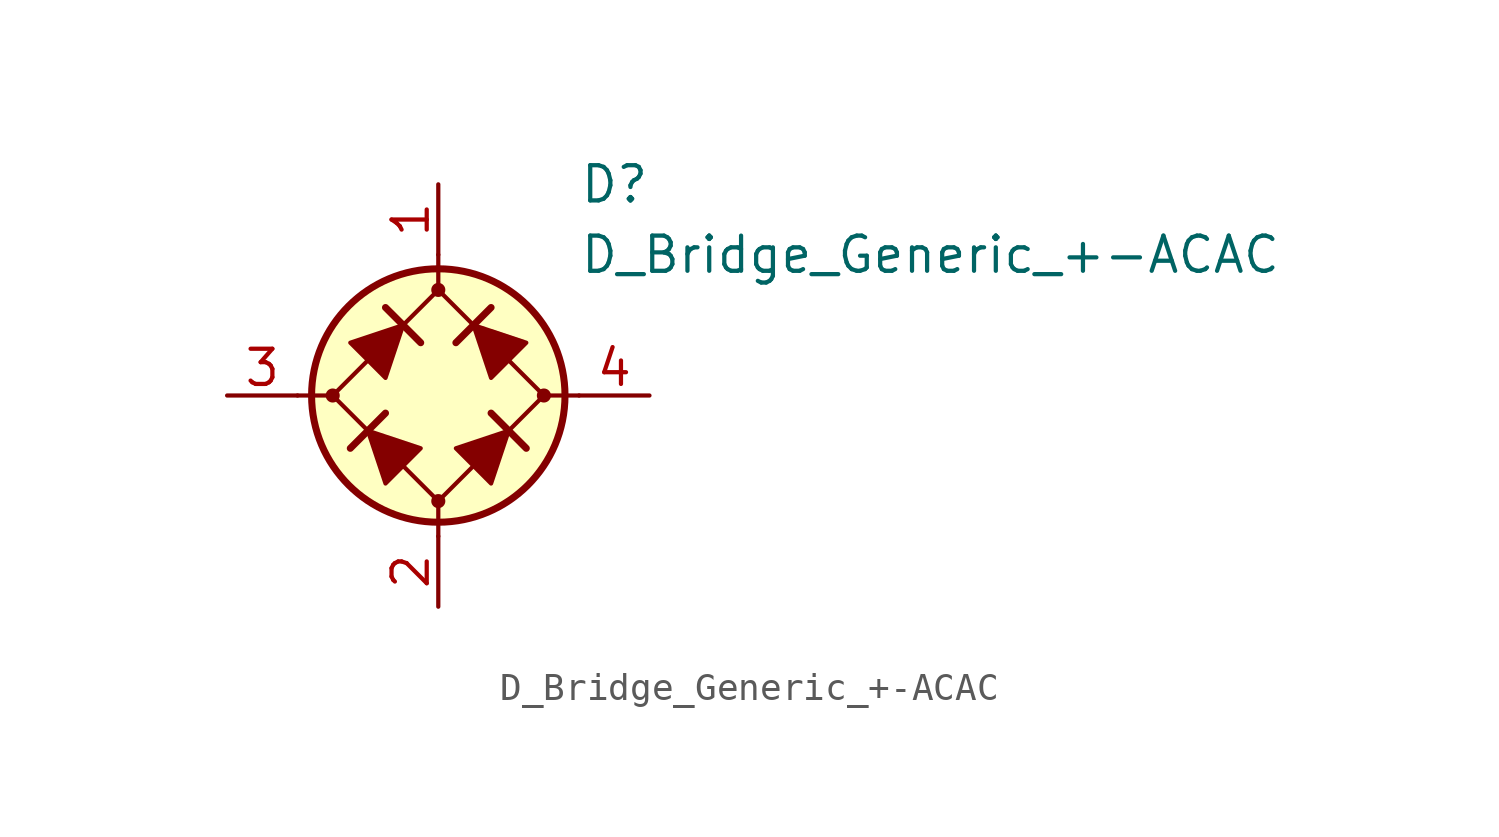
<source format=kicad_sym>
(kicad_symbol_lib
  (version 20211014)
  (generator kicad_symbol_editor)
  (symbol "D_Bridge_Generic_+-ACAC"
    (pin_names
      (offset 1.016) hide)
    (property "Reference" "D"
      (at 5.08 7.62 0)
      (effects (font (size 1.27 1.27)) (justify left)))
    (property "Value" "D_Bridge_Generic_+-ACAC"
      (at 5.08 5.08 0)
      (effects (font (size 1.27 1.27)) (justify left)))
    (symbol "D_Bridge_Generic_+-ACAC_0_1"
      (circle (center -3.81 0) (radius 0.178) (stroke (width 0) (type default) (color 0 0 0 0)) (fill (type outline)))
      (polyline (pts (xy -5.08 0) (xy -3.81 0)) (stroke (width 0) (type default) (color 0 0 0 0)) (fill (type none)))
      (polyline (pts (xy -1.905 -0.635) (xy -3.175 -1.905)) (stroke (width 0.254) (type default) (color 0 0 0 0)) (fill (type none)))
      (polyline (pts (xy -1.905 3.175) (xy -0.635 1.905)) (stroke (width 0.254) (type default) (color 0 0 0 0)) (fill (type none)))
      (polyline (pts (xy 0 -5.08) (xy 0 -3.81)) (stroke (width 0) (type default) (color 0 0 0 0)) (fill (type none)))
      (polyline (pts (xy 0 5.08) (xy 0 3.81)) (stroke (width 0) (type default) (color 0 0 0 0)) (fill (type none)))
      (polyline (pts (xy 1.905 3.175) (xy 0.635 1.905)) (stroke (width 0.254) (type default) (color 0 0 0 0)) (fill (type none)))
      (polyline (pts (xy 3.175 -1.905) (xy 1.905 -0.635)) (stroke (width 0.254) (type default) (color 0 0 0 0)) (fill (type none)))
      (polyline (pts (xy 5.08 0) (xy 3.81 0)) (stroke (width 0) (type default) (color 0 0 0 0)) (fill (type none)))
      (polyline (pts (xy -2.54 -1.27) (xy -1.905 -3.175) (xy -0.635 -1.905) (xy -2.54 -1.27)) (stroke (width 0) (type default) (color 0 0 0 0)) (fill (type outline)))
      (polyline (pts (xy -1.27 2.54) (xy -1.905 0.635) (xy -3.175 1.905) (xy -1.27 2.54)) (stroke (width 0) (type default) (color 0 0 0 0)) (fill (type outline)))
      (polyline (pts (xy 1.27 2.54) (xy 3.175 1.905) (xy 1.905 0.635) (xy 1.27 2.54)) (stroke (width 0) (type default) (color 0 0 0 0)) (fill (type outline)))
      (polyline (pts (xy 2.54 -1.27) (xy 0.635 -1.905) (xy 1.905 -3.175) (xy 2.54 -1.27)) (stroke (width 0) (type default) (color 0 0 0 0)) (fill (type outline)))
      (polyline (pts (xy 0 3.81) (xy -3.81 0) (xy 0 -3.81) (xy 3.81 0) (xy 0 3.81)) (stroke (width 0) (type default) (color 0 0 0 0)) (fill (type none)))
      (circle (center 0 0) (radius 4.572) (stroke (width 0.254) (type default) (color 0 0 0 0)) (fill (type background))))
    (symbol "D_Bridge_Generic_+-ACAC_1_1"
      (circle (center 0 -3.81) (radius 0.178) (stroke (width 0) (type default) (color 0 0 0 0)) (fill (type outline)))
      (circle (center 0 3.81) (radius 0.178) (stroke (width 0) (type default) (color 0 0 0 0)) (fill (type outline)))
      (circle (center 3.81 0) (radius 0.178) (stroke (width 0) (type default) (color 0 0 0 0)) (fill (type outline)))
      (pin passive line (at 0 7.62 270) (length 2.54) (name "+" (effects (font (size 1.27 1.27)))) (number "1" (effects (font (size 1.27 1.27)))))
      (pin passive line (at 0 -7.62 90) (length 2.54) (name "-" (effects (font (size 1.27 1.27)))) (number "2" (effects (font (size 1.27 1.27)))))
      (pin passive line (at -7.62 0 0) (length 2.54) (name "1" (effects (font (size 1.27 1.27)))) (number "3" (effects (font (size 1.27 1.27)))))
      (pin passive line (at 7.62 0 180) (length 2.54) (name "2" (effects (font (size 1.27 1.27)))) (number "4" (effects (font (size 1.27 1.27))))))))
</source>
